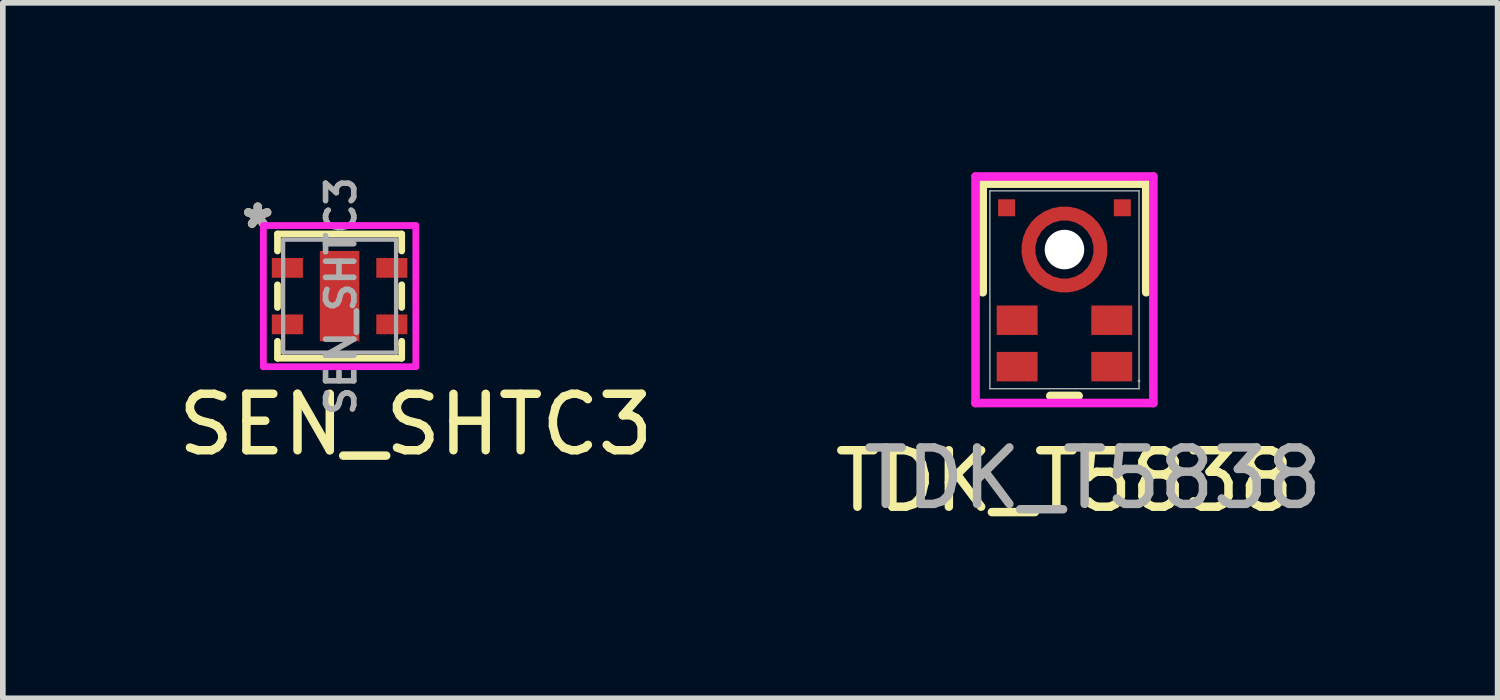
<source format=kicad_pcb>
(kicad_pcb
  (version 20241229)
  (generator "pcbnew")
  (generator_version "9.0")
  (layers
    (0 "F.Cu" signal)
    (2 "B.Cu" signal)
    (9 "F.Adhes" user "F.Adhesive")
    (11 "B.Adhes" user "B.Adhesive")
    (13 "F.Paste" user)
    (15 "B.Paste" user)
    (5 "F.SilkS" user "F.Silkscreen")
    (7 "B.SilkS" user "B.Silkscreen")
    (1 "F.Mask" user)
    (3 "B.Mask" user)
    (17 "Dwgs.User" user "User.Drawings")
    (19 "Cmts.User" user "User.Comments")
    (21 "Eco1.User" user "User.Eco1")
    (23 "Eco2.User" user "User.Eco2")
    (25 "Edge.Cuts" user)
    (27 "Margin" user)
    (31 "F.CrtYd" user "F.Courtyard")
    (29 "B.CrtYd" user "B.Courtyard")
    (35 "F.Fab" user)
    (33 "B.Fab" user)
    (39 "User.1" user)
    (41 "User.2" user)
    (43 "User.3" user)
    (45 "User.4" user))
  (footprint "SEN_SHTC3"
    (layer "F.Cu")
    (at 2.965 2.195)
    (property "Reference" "SEN_SHTC3" (at 1.35 2.275 0) (layer "F.SilkS") (effects (font (size 1 1) (thickness 0.15))))
    (attr smd)
    (fp_line (start -1.1 -1.1) (end -1.1 -0.8) (stroke (width 0.12) (type solid)) (layer "F.SilkS"))
    (fp_line (start -1.1 -1.1) (end 1.1 -1.1) (stroke (width 0.12) (type solid)) (layer "F.SilkS"))
    (fp_line (start -1.1 -0.2) (end -1.1 0.2) (stroke (width 0.12) (type solid)) (layer "F.SilkS"))
    (fp_line (start -1.1 1.1) (end -1.1 0.8) (stroke (width 0.12) (type solid)) (layer "F.SilkS"))
    (fp_line (start 1.1 -1.1) (end 1.1 -0.8) (stroke (width 0.12) (type solid)) (layer "F.SilkS"))
    (fp_line (start 1.1 -0.2) (end 1.1 0.2) (stroke (width 0.12) (type solid)) (layer "F.SilkS"))
    (fp_line (start 1.1 0.85) (end 1.1 0.8) (stroke (width 0.12) (type solid)) (layer "F.SilkS"))
    (fp_line (start 1.1 1.1) (end -1.1 1.1) (stroke (width 0.12) (type solid)) (layer "F.SilkS"))
    (fp_line (start 1.1 1.1) (end 1.1 0.85) (stroke (width 0.12) (type solid)) (layer "F.SilkS"))
    (fp_poly (pts (xy 0.175 -0.25) (xy -0.175 -0.25) (xy -0.175 -0.6) (xy 0.175 -0.6)) (stroke (width 0.12) (type solid)) (fill yes) (layer "F.Paste"))
    (fp_poly (pts (xy 0.175 0.6) (xy -0.175 0.6) (xy -0.175 0.25) (xy 0.175 0.25)) (stroke (width 0.12) (type solid)) (fill yes) (layer "F.Paste"))
    (fp_line (start -1.35 -1.25) (end -1.35 1.25) (stroke (width 0.12) (type solid)) (layer "F.CrtYd"))
    (fp_line (start -1.35 1.25) (end 1.35 1.25) (stroke (width 0.12) (type solid)) (layer "F.CrtYd"))
    (fp_line (start 1.35 -1.25) (end -1.35 -1.25) (stroke (width 0.12) (type solid)) (layer "F.CrtYd"))
    (fp_line (start 1.35 1.25) (end 1.35 -1.25) (stroke (width 0.12) (type solid)) (layer "F.CrtYd"))
    (fp_line (start -1 -1) (end 1 -1) (stroke (width 0.075) (type solid)) (layer "F.Fab"))
    (fp_line (start -1 1) (end -1 -1) (stroke (width 0.075) (type solid)) (layer "F.Fab"))
    (fp_line (start 1 -1) (end 1 1) (stroke (width 0.075) (type solid)) (layer "F.Fab"))
    (fp_line (start 1 1) (end -1 1) (stroke (width 0.075) (type solid)) (layer "F.Fab"))
    (fp_text user "*" (at -1.45 -1.2 0) (layer "F.SilkS") (effects (font (size 0.7 0.7) (thickness 0.15))))
    (fp_text user "*" (at -1.45 -1.2 0) (layer "F.Fab") (effects (font (size 0.7 0.7) (thickness 0.15))))
    (fp_text user "${REFERENCE}" (at 0.025 0 90) (layer "F.Fab") (effects (font (size 0.5 0.5) (thickness 0.1))))
    (pad "1" smd rect (at -0.925 -0.5 90) (size 0.35 0.55) (layers "F.Cu" "F.Mask" "F.Paste"))
    (pad "2" smd rect (at -0.925 0.5 90) (size 0.35 0.55) (layers "F.Cu" "F.Mask" "F.Paste"))
    (pad "3" smd rect (at 0.925 0.5 90) (size 0.35 0.55) (layers "F.Cu" "F.Mask" "F.Paste"))
    (pad "4" smd rect (at 0.925 -0.5 90) (size 0.35 0.55) (layers "F.Cu" "F.Mask" "F.Paste"))
    (pad "5" smd rect (at 0 0 90) (size 1.6 0.7) (layers "F.Cu" "F.Mask")))
  (footprint "TDK_T5838"
    (layer "F.Cu")
    (at 15.804 1.37)
    (property "Reference" "TDK_T5838" (at 0 4.1 0) (unlocked yes) (layer "F.SilkS") (effects (font (size 1 1) (thickness 0.15))))
    (attr smd)
    (fp_line (start -1.448 -1.167) (end 1.448 -1.167) (stroke (width 0.152) (type solid)) (layer "F.SilkS"))
    (fp_line (start -1.448 0.757) (end -1.448 -1.167) (stroke (width 0.152) (type solid)) (layer "F.SilkS"))
    (fp_line (start 0.251 2.592) (end -0.251 2.592) (stroke (width 0.152) (type solid)) (layer "F.SilkS"))
    (fp_line (start 1.448 -1.167) (end 1.448 0.757) (stroke (width 0.152) (type solid)) (layer "F.SilkS"))
    (fp_circle (center 0 0) (end -0.35 -0.55) (stroke (width 0.2) (type solid)) (fill no) (layer "F.Paste"))
    (fp_line (start -1.575 -1.294) (end 1.575 -1.294) (stroke (width 0.152) (type solid)) (layer "F.CrtYd"))
    (fp_line (start -1.575 2.719) (end -1.575 -1.294) (stroke (width 0.152) (type solid)) (layer "F.CrtYd"))
    (fp_line (start 1.575 -1.294) (end 1.575 2.719) (stroke (width 0.152) (type solid)) (layer "F.CrtYd"))
    (fp_line (start 1.575 2.719) (end -1.575 2.719) (stroke (width 0.152) (type solid)) (layer "F.CrtYd"))
    (fp_line (start -1.321 -1.04) (end -1.321 2.465) (stroke (width 0.025) (type solid)) (layer "F.Fab"))
    (fp_line (start -1.321 2.465) (end 1.321 2.465) (stroke (width 0.025) (type solid)) (layer "F.Fab"))
    (fp_line (start 1.321 -1.04) (end -1.321 -1.04) (stroke (width 0.025) (type solid)) (layer "F.Fab"))
    (fp_line (start 1.321 2.465) (end 1.321 -1.04) (stroke (width 0.025) (type solid)) (layer "F.Fab"))
    (fp_circle (center 1.32 2.328) (end 1.32 2.328) (stroke (width 0.025) (type solid)) (fill no) (layer "F.Fab"))
    (fp_text user "${REFERENCE}" (at 0.5 4.05 0) (unlocked yes) (layer "F.Fab") (effects (font (size 1 1) (thickness 0.15))))
    (pad "" np_thru_hole circle (at 0 0 270) (size 0.7 0.7) (drill 0.7) (layers "*.Cu" "*.Mask"))
    (pad "1" smd rect (at 0.838 2.074 270) (size 0.522 0.725) (layers "F.Cu" "F.Mask" "F.Paste"))
    (pad "2" smd rect (at 0.838 1.252 270) (size 0.522 0.725) (layers "F.Cu" "F.Mask" "F.Paste"))
    (pad "3" smd custom (at -0.6 0.2 270) (size 0.1 0.1) (layers "F.Cu" "F.Mask" "F.Paste") (options (anchor rect)) (primitives (gr_circle (center -0.2 -0.6) (end -0.838 -0.6) (width 0.25) (fill no))))
    (pad "4" smd rect (at 1.025 -0.74 90) (size 0.3 0.3) (layers "F.Cu" "F.Mask" "F.Paste"))
    (pad "5" smd rect (at -1.025 -0.74 90) (size 0.3 0.3) (layers "F.Cu" "F.Mask" "F.Paste"))
    (pad "6" smd rect (at -0.838 1.252 270) (size 0.522 0.725) (layers "F.Cu" "F.Mask" "F.Paste"))
    (pad "7" smd rect (at -0.838 2.074 270) (size 0.522 0.725) (layers "F.Cu" "F.Mask" "F.Paste")))
  (gr_rect
    (start -3 -3)
    (end 23.476 9.318)
    (stroke (width 0.1) (type default))
    (fill no)
    (layer "Edge.Cuts")))
</source>
